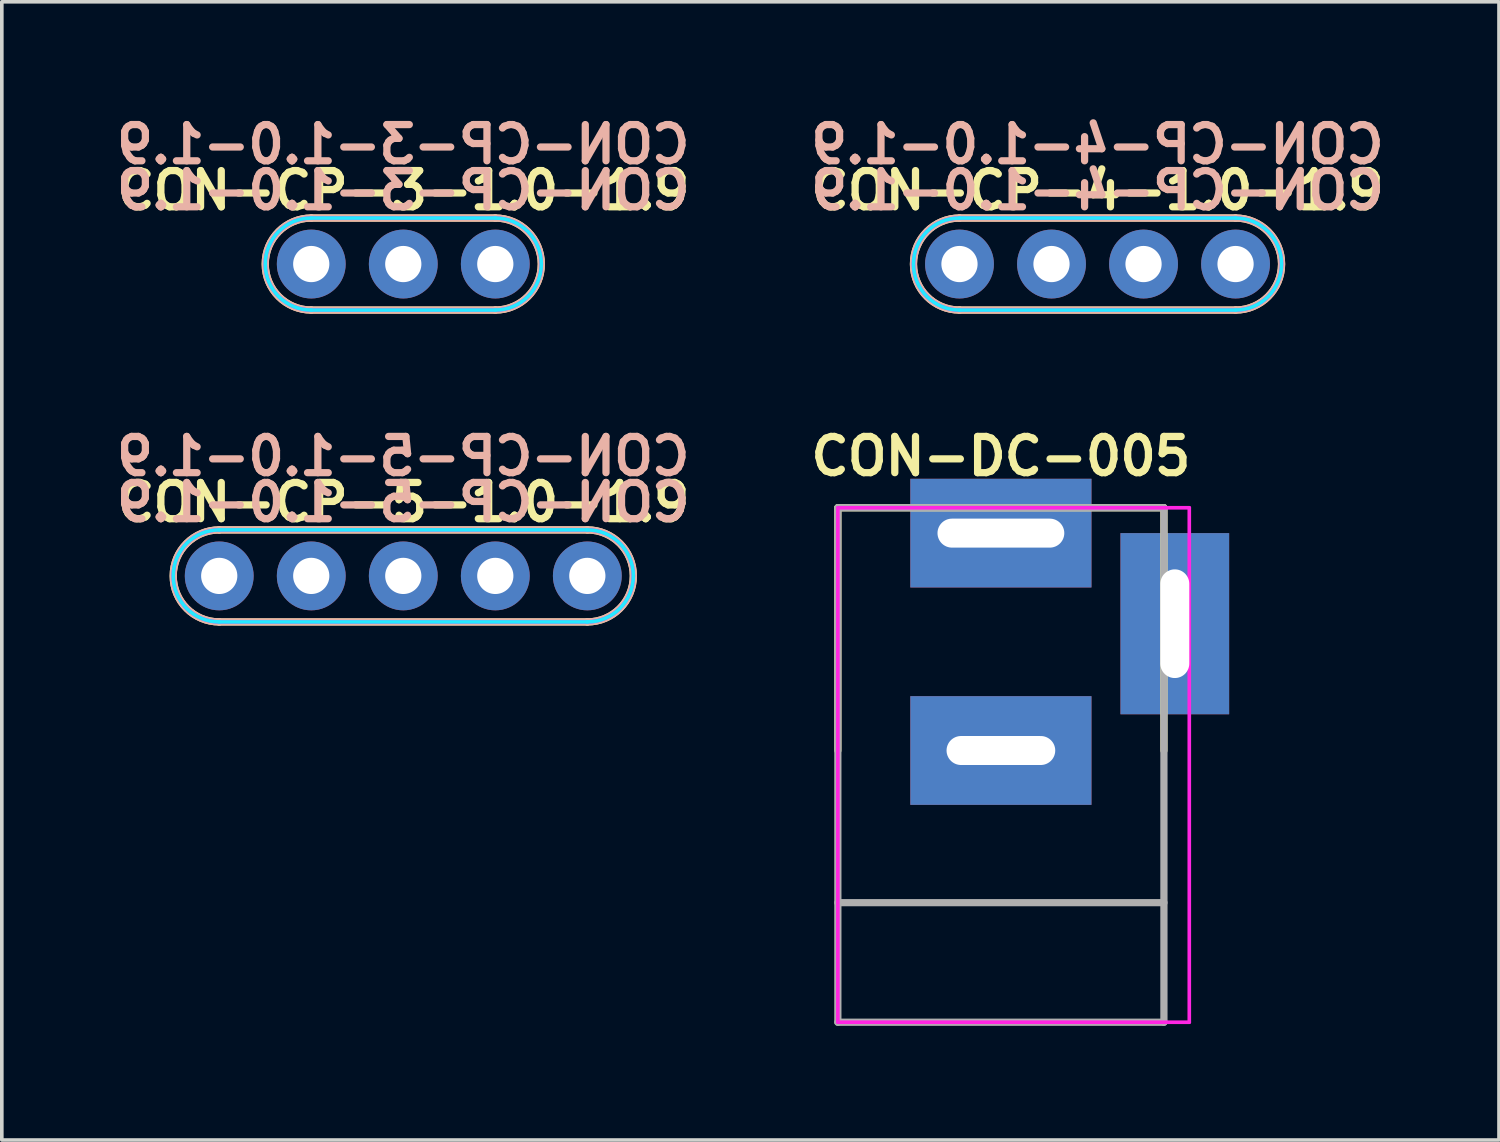
<source format=kicad_pcb>
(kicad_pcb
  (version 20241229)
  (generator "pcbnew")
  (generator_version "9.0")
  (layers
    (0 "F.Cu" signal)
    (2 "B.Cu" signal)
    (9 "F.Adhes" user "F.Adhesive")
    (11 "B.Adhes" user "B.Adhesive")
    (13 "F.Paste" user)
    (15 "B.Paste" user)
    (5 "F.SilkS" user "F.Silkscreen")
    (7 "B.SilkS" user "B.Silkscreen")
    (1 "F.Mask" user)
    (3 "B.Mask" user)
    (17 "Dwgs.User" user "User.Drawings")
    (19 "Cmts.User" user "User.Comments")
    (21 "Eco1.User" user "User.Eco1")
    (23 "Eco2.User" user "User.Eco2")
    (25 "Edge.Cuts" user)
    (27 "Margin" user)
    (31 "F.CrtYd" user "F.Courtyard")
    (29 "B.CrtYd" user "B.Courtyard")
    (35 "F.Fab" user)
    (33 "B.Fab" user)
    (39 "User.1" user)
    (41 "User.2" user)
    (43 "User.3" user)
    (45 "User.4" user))
  (footprint "CON-CP-3-1.0-1.9"
    (layer "F.Cu")
    (at 8.081 4.238)
    (property "Reference" "CON-CP-3-1.0-1.9" (at 0 -2.032 0) (unlocked yes) (layer "F.SilkS") (effects (font (size 1 1) (thickness 0.2))))
    (property "Value" "CON-CP-3-1.0-1.9" (at 0 -3.302 0) (unlocked yes) (layer "F.SilkS") (hide yes) (effects (font (size 1 1) (thickness 0.2))))
    (attr through_hole)
    (fp_line (start -2.54 -1.27) (end 2.54 -1.27) (stroke (width 0.2) (type solid)) (layer "F.SilkS"))
    (fp_line (start -2.54 1.27) (end 2.54 1.27) (stroke (width 0.2) (type solid)) (layer "F.SilkS"))
    (fp_arc (start -2.54 1.27) (mid -3.81 0) (end -2.54 -1.27) (stroke (width 0.2) (type solid)) (layer "F.SilkS"))
    (fp_arc (start 2.54 -1.27) (mid 3.81 0) (end 2.54 1.27) (stroke (width 0.2) (type solid)) (layer "F.SilkS"))
    (fp_line (start -2.54 -1.27) (end 2.54 -1.27) (stroke (width 0.2) (type solid)) (layer "B.SilkS"))
    (fp_line (start -2.54 1.27) (end 2.54 1.27) (stroke (width 0.2) (type solid)) (layer "B.SilkS"))
    (fp_arc (start -2.54 1.27) (mid -3.81 0) (end -2.54 -1.27) (stroke (width 0.2) (type solid)) (layer "B.SilkS"))
    (fp_arc (start 2.54 -1.27) (mid 3.81 0) (end 2.54 1.27) (stroke (width 0.2) (type solid)) (layer "B.SilkS"))
    (fp_line (start -2.54 -1.27) (end 2.54 -1.27) (stroke (width 0.1) (type solid)) (layer "B.CrtYd"))
    (fp_line (start -2.54 1.27) (end 2.54 1.27) (stroke (width 0.1) (type solid)) (layer "B.CrtYd"))
    (fp_arc (start -2.54 1.27) (mid -3.81 0) (end -2.54 -1.27) (stroke (width 0.1) (type solid)) (layer "B.CrtYd"))
    (fp_arc (start 2.54 -1.27) (mid 3.81 0) (end 2.54 1.27) (stroke (width 0.1) (type solid)) (layer "B.CrtYd"))
    (fp_line (start -2.54 -1.27) (end 2.54 -1.27) (stroke (width 0.1) (type solid)) (layer "F.CrtYd"))
    (fp_line (start -2.54 1.27) (end 2.54 1.27) (stroke (width 0.1) (type solid)) (layer "F.CrtYd"))
    (fp_arc (start -2.54 1.27) (mid -3.81 0) (end -2.54 -1.27) (stroke (width 0.1) (type solid)) (layer "F.CrtYd"))
    (fp_arc (start 2.54 -1.27) (mid 3.81 0) (end 2.54 1.27) (stroke (width 0.1) (type solid)) (layer "F.CrtYd"))
    (fp_text user "${REFERENCE}" (at 0 -2.032 0) (unlocked yes) (layer "B.SilkS") (effects (font (size 1 1) (thickness 0.2)) (justify mirror)))
    (fp_text user "${VALUE}" (at 0 -3.302 0) (unlocked yes) (layer "B.SilkS") (effects (font (size 1 1) (thickness 0.2)) (justify mirror)))
    (pad "1" thru_hole circle (at -2.54 0) (size 1.9 1.9) (drill 1) (layers "*.Cu" "*.Mask"))
    (pad "1" thru_hole circle (at 0 0) (size 1.9 1.9) (drill 1) (layers "*.Cu" "*.Mask"))
    (pad "1" thru_hole circle (at 2.54 0) (size 1.9 1.9) (drill 1) (layers "*.Cu" "*.Mask")))
  (footprint "CON-CP-5-1.0-1.9"
    (layer "F.Cu")
    (at 8.081 12.846)
    (property "Reference" "CON-CP-5-1.0-1.9" (at 0 -2.032 0) (unlocked yes) (layer "F.SilkS") (effects (font (size 1 1) (thickness 0.2))))
    (property "Value" "CON-CP-5-1.0-1.9" (at 0 -3.302 0) (unlocked yes) (layer "F.SilkS") (hide yes) (effects (font (size 1 1) (thickness 0.2))))
    (attr through_hole)
    (fp_line (start -5.08 -1.27) (end 5.08 -1.27) (stroke (width 0.2) (type solid)) (layer "F.SilkS"))
    (fp_line (start -5.08 1.27) (end 5.08 1.27) (stroke (width 0.2) (type solid)) (layer "F.SilkS"))
    (fp_arc (start -5.08 1.27) (mid -6.35 0) (end -5.08 -1.27) (stroke (width 0.2) (type solid)) (layer "F.SilkS"))
    (fp_arc (start 5.08 -1.27) (mid 6.35 0) (end 5.08 1.27) (stroke (width 0.2) (type solid)) (layer "F.SilkS"))
    (fp_line (start -5.08 -1.27) (end 5.08 -1.27) (stroke (width 0.2) (type solid)) (layer "B.SilkS"))
    (fp_line (start -5.08 1.27) (end 5.08 1.27) (stroke (width 0.2) (type solid)) (layer "B.SilkS"))
    (fp_arc (start -5.08 1.27) (mid -6.35 0) (end -5.08 -1.27) (stroke (width 0.2) (type solid)) (layer "B.SilkS"))
    (fp_arc (start 5.08 -1.27) (mid 6.35 0) (end 5.08 1.27) (stroke (width 0.2) (type solid)) (layer "B.SilkS"))
    (fp_line (start -5.08 -1.27) (end 5.08 -1.27) (stroke (width 0.1) (type solid)) (layer "B.CrtYd"))
    (fp_line (start -5.08 1.27) (end 5.08 1.27) (stroke (width 0.1) (type solid)) (layer "B.CrtYd"))
    (fp_arc (start -5.08 1.27) (mid -6.35 0) (end -5.08 -1.27) (stroke (width 0.1) (type solid)) (layer "B.CrtYd"))
    (fp_arc (start 5.08 -1.27) (mid 6.35 0) (end 5.08 1.27) (stroke (width 0.1) (type solid)) (layer "B.CrtYd"))
    (fp_line (start -5.08 -1.27) (end 5.08 -1.27) (stroke (width 0.1) (type solid)) (layer "F.CrtYd"))
    (fp_line (start -5.08 1.27) (end 5.08 1.27) (stroke (width 0.1) (type solid)) (layer "F.CrtYd"))
    (fp_arc (start -5.08 1.27) (mid -6.35 0) (end -5.08 -1.27) (stroke (width 0.1) (type solid)) (layer "F.CrtYd"))
    (fp_arc (start 5.08 -1.27) (mid 6.35 0) (end 5.08 1.27) (stroke (width 0.1) (type solid)) (layer "F.CrtYd"))
    (fp_text user "${VALUE}" (at 0 -3.302 0) (unlocked yes) (layer "B.SilkS") (effects (font (size 1 1) (thickness 0.2)) (justify mirror)))
    (fp_text user "${REFERENCE}" (at 0 -2.032 0) (unlocked yes) (layer "B.SilkS") (effects (font (size 1 1) (thickness 0.2)) (justify mirror)))
    (pad "1" thru_hole circle (at -5.08 0) (size 1.9 1.9) (drill 1) (layers "*.Cu" "*.Mask"))
    (pad "1" thru_hole circle (at -2.54 0) (size 1.9 1.9) (drill 1) (layers "*.Cu" "*.Mask"))
    (pad "1" thru_hole circle (at 0 0) (size 1.9 1.9) (drill 1) (layers "*.Cu" "*.Mask"))
    (pad "1" thru_hole circle (at 2.54 0) (size 1.9 1.9) (drill 1) (layers "*.Cu" "*.Mask"))
    (pad "1" thru_hole circle (at 5.08 0) (size 1.9 1.9) (drill 1) (layers "*.Cu" "*.Mask")))
  (footprint "CON-CP-4-1.0-1.9"
    (layer "F.Cu")
    (at 27.243 4.238)
    (property "Reference" "CON-CP-4-1.0-1.9" (at 0 -2.032 0) (unlocked yes) (layer "F.SilkS") (effects (font (size 1 1) (thickness 0.2))))
    (property "Value" "CON-CP-4-1.0-1.9" (at 0 -3.302 0) (unlocked yes) (layer "F.SilkS") (hide yes) (effects (font (size 1 1) (thickness 0.2))))
    (attr through_hole)
    (fp_line (start -3.81 -1.27) (end 3.81 -1.27) (stroke (width 0.2) (type solid)) (layer "F.SilkS"))
    (fp_line (start -3.81 1.27) (end 3.81 1.27) (stroke (width 0.2) (type solid)) (layer "F.SilkS"))
    (fp_arc (start -3.81 1.27) (mid -5.08 0) (end -3.81 -1.27) (stroke (width 0.2) (type solid)) (layer "F.SilkS"))
    (fp_arc (start 3.81 -1.27) (mid 5.08 0) (end 3.81 1.27) (stroke (width 0.2) (type solid)) (layer "F.SilkS"))
    (fp_line (start -3.81 -1.27) (end 3.81 -1.27) (stroke (width 0.2) (type solid)) (layer "B.SilkS"))
    (fp_line (start -3.81 1.27) (end 3.81 1.27) (stroke (width 0.2) (type solid)) (layer "B.SilkS"))
    (fp_arc (start -3.81 1.27) (mid -5.08 0) (end -3.81 -1.27) (stroke (width 0.2) (type solid)) (layer "B.SilkS"))
    (fp_arc (start 3.81 -1.27) (mid 5.08 0) (end 3.81 1.27) (stroke (width 0.2) (type solid)) (layer "B.SilkS"))
    (fp_line (start -3.81 -1.27) (end 3.81 -1.27) (stroke (width 0.1) (type solid)) (layer "B.CrtYd"))
    (fp_line (start -3.81 1.27) (end 3.81 1.27) (stroke (width 0.1) (type solid)) (layer "B.CrtYd"))
    (fp_arc (start -3.81 1.27) (mid -5.08 0) (end -3.81 -1.27) (stroke (width 0.1) (type solid)) (layer "B.CrtYd"))
    (fp_arc (start 3.81 -1.27) (mid 5.08 0) (end 3.81 1.27) (stroke (width 0.1) (type solid)) (layer "B.CrtYd"))
    (fp_line (start -3.81 -1.27) (end 3.81 -1.27) (stroke (width 0.1) (type solid)) (layer "F.CrtYd"))
    (fp_line (start -3.81 1.27) (end 3.81 1.27) (stroke (width 0.1) (type solid)) (layer "F.CrtYd"))
    (fp_arc (start -3.81 1.27) (mid -5.08 0) (end -3.81 -1.27) (stroke (width 0.1) (type solid)) (layer "F.CrtYd"))
    (fp_arc (start 3.81 -1.27) (mid 5.08 0) (end 3.81 1.27) (stroke (width 0.1) (type solid)) (layer "F.CrtYd"))
    (fp_text user "${REFERENCE}" (at 0 -2.032 0) (unlocked yes) (layer "B.SilkS") (effects (font (size 1 1) (thickness 0.2)) (justify mirror)))
    (fp_text user "${VALUE}" (at 0 -3.302 0) (unlocked yes) (layer "B.SilkS") (effects (font (size 1 1) (thickness 0.2)) (justify mirror)))
    (pad "1" thru_hole circle (at -3.81 0) (size 1.9 1.9) (drill 1) (layers "*.Cu" "*.Mask"))
    (pad "1" thru_hole circle (at -1.27 0) (size 1.9 1.9) (drill 1) (layers "*.Cu" "*.Mask"))
    (pad "1" thru_hole circle (at 1.27 0) (size 1.9 1.9) (drill 1) (layers "*.Cu" "*.Mask"))
    (pad "1" thru_hole circle (at 3.81 0) (size 1.9 1.9) (drill 1) (layers "*.Cu" "*.Mask")))
  (footprint "CON-DC-005"
    (layer "F.Cu")
    (at 24.576 25.165)
    (property "Reference" "CON-DC-005" (at 0 -15.621 0) (layer "F.SilkS") (effects (font (size 1 1) (thickness 0.2))))
    (attr through_hole)
    (fp_line (start -4.5 -14.2) (end -4.5 -7.5) (stroke (width 0.2) (type solid)) (layer "F.SilkS"))
    (fp_line (start -4.5 -14.2) (end 4.5 -14.2) (stroke (width 0.2) (type solid)) (layer "F.SilkS"))
    (fp_line (start 4.5 -14.2) (end 4.5 -7.5) (stroke (width 0.2) (type solid)) (layer "F.SilkS"))
    (fp_line (start -4.5 -14.2) (end -4.5 0) (stroke (width 0.1) (type solid)) (layer "F.CrtYd"))
    (fp_line (start -4.5 -14.2) (end 5.2 -14.2) (stroke (width 0.1) (type solid)) (layer "F.CrtYd"))
    (fp_line (start -4.5 0) (end 5.2 0) (stroke (width 0.1) (type solid)) (layer "F.CrtYd"))
    (fp_line (start 5.2 -14.2) (end 5.2 0) (stroke (width 0.1) (type solid)) (layer "F.CrtYd"))
    (fp_line (start -4.5 -14.2) (end -4.5 0) (stroke (width 0.2) (type solid)) (layer "F.Fab"))
    (fp_line (start -4.5 -14.2) (end 4.5 -14.2) (stroke (width 0.2) (type solid)) (layer "F.Fab"))
    (fp_line (start -4.5 -3.3) (end 4.5 -3.3) (stroke (width 0.2) (type solid)) (layer "F.Fab"))
    (fp_line (start -4.5 0) (end 4.5 0) (stroke (width 0.2) (type solid)) (layer "F.Fab"))
    (fp_line (start 4.5 -14.2) (end 4.5 0) (stroke (width 0.2) (type solid)) (layer "F.Fab"))
    (pad "C" thru_hole rect (at 0 -13.5) (size 5 3) (drill oval 3.5 0.8) (layers "*.Cu" "*.Mask"))
    (pad "S" thru_hole rect (at 0 -7.5) (size 5 3) (drill oval 3 0.8) (layers "*.Cu" "*.Mask"))
    (pad "SN" thru_hole rect (at 4.8 -11) (size 3 5) (drill oval 0.8 3) (layers "*.Cu" "*.Mask")))
  (gr_rect
    (start -3 -3)
    (end 38.324 28.415)
    (stroke (width 0.1) (type default))
    (fill no)
    (layer "Edge.Cuts")))
</source>
